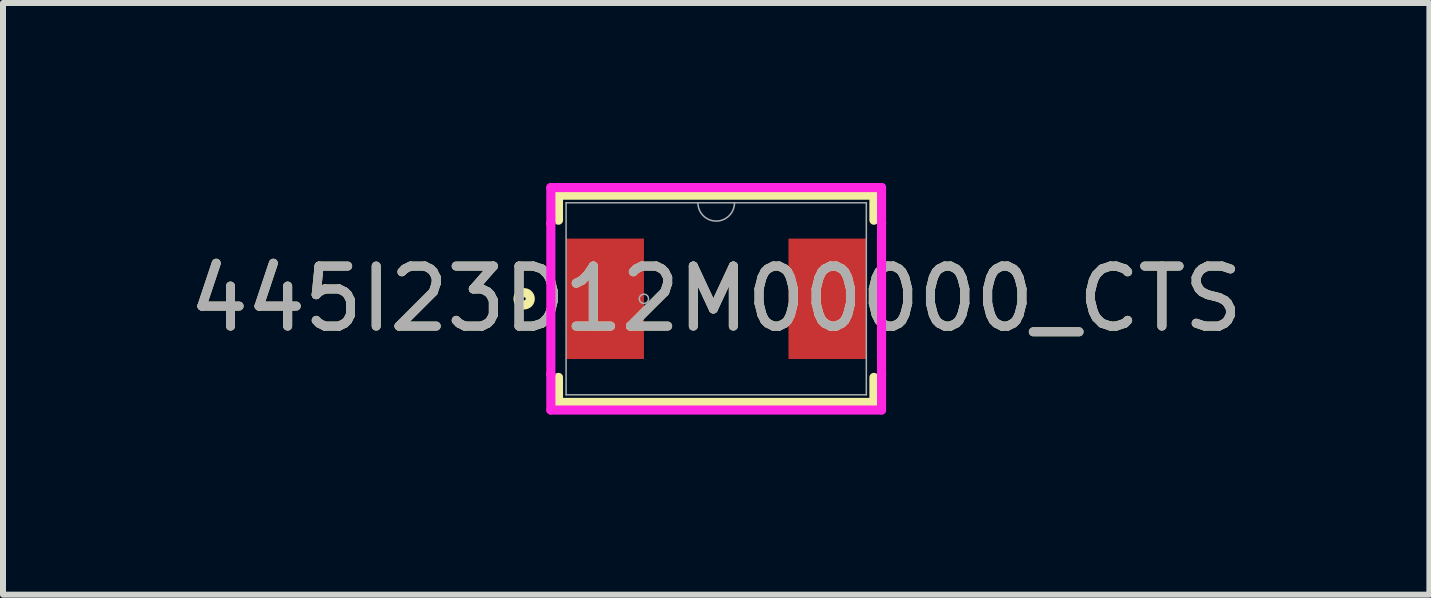
<source format=kicad_pcb>
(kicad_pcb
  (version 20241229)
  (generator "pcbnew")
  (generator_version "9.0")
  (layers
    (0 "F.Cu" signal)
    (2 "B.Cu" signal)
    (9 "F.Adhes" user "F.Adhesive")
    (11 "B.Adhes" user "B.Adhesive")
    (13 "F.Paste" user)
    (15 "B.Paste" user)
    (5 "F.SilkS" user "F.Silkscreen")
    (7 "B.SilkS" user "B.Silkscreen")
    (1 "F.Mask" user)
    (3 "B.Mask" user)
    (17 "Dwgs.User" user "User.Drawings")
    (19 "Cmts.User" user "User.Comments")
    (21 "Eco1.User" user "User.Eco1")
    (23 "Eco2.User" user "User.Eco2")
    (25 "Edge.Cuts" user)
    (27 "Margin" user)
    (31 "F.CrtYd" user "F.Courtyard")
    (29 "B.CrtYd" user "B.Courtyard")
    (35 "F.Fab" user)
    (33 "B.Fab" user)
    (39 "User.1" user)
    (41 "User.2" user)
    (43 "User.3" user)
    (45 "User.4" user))
  (footprint "445I23D12M00000_CTS"
    (layer "F.Cu")
    (at 8.887 1.93)
    (property "Reference" "445I23D12M00000_CTS" (at 0 0 0) (unlocked yes) (layer "F.SilkS") (effects (font (size 1 1) (thickness 0.15))))
    (attr smd)
    (fp_line (start -2.629 -1.727) (end -2.629 -1.31) (stroke (width 0.152) (type solid)) (layer "F.SilkS"))
    (fp_line (start -2.629 1.31) (end -2.629 1.727) (stroke (width 0.152) (type solid)) (layer "F.SilkS"))
    (fp_line (start -2.629 1.727) (end 2.629 1.727) (stroke (width 0.152) (type solid)) (layer "F.SilkS"))
    (fp_line (start 2.629 -1.727) (end -2.629 -1.727) (stroke (width 0.152) (type solid)) (layer "F.SilkS"))
    (fp_line (start 2.629 -1.31) (end 2.629 -1.727) (stroke (width 0.152) (type solid)) (layer "F.SilkS"))
    (fp_line (start 2.629 1.727) (end 2.629 1.31) (stroke (width 0.152) (type solid)) (layer "F.SilkS"))
    (fp_circle (center -3.201 0) (end -3.099 0) (stroke (width 0.152) (type solid)) (fill no) (layer "F.SilkS"))
    (fp_line (start -2.756 -1.854) (end 2.756 -1.854) (stroke (width 0.152) (type solid)) (layer "F.CrtYd"))
    (fp_line (start -2.756 -1.257) (end -2.756 -1.854) (stroke (width 0.152) (type solid)) (layer "F.CrtYd"))
    (fp_line (start -2.756 -1.257) (end -2.756 -1.257) (stroke (width 0.152) (type solid)) (layer "F.CrtYd"))
    (fp_line (start -2.756 1.257) (end -2.756 -1.257) (stroke (width 0.152) (type solid)) (layer "F.CrtYd"))
    (fp_line (start -2.756 1.257) (end -2.756 1.257) (stroke (width 0.152) (type solid)) (layer "F.CrtYd"))
    (fp_line (start -2.756 1.854) (end -2.756 1.257) (stroke (width 0.152) (type solid)) (layer "F.CrtYd"))
    (fp_line (start 2.756 -1.854) (end 2.756 -1.257) (stroke (width 0.152) (type solid)) (layer "F.CrtYd"))
    (fp_line (start 2.756 -1.257) (end 2.756 -1.257) (stroke (width 0.152) (type solid)) (layer "F.CrtYd"))
    (fp_line (start 2.756 -1.257) (end 2.756 1.257) (stroke (width 0.152) (type solid)) (layer "F.CrtYd"))
    (fp_line (start 2.756 1.257) (end 2.756 1.257) (stroke (width 0.152) (type solid)) (layer "F.CrtYd"))
    (fp_line (start 2.756 1.257) (end 2.756 1.854) (stroke (width 0.152) (type solid)) (layer "F.CrtYd"))
    (fp_line (start 2.756 1.854) (end -2.756 1.854) (stroke (width 0.152) (type solid)) (layer "F.CrtYd"))
    (fp_line (start -2.502 -1.6) (end -2.502 1.6) (stroke (width 0.025) (type solid)) (layer "F.Fab"))
    (fp_line (start -2.502 1.6) (end 2.502 1.6) (stroke (width 0.025) (type solid)) (layer "F.Fab"))
    (fp_line (start 2.502 -1.6) (end -2.502 -1.6) (stroke (width 0.025) (type solid)) (layer "F.Fab"))
    (fp_line (start 2.502 1.6) (end 2.502 -1.6) (stroke (width 0.025) (type solid)) (layer "F.Fab"))
    (fp_arc (start 0.3048 -1.6002) (mid 0 -1.2954) (end -0.3048 -1.6002) (stroke (width 0.0254) (type solid)) (layer "F.Fab"))
    (fp_circle (center -1.205 0) (end -1.128 0) (stroke (width 0.025) (type solid)) (fill no) (layer "F.Fab"))
    (fp_text user "${REFERENCE}" (at 0 0 0) (unlocked yes) (layer "F.Fab") (effects (font (size 1 1) (thickness 0.15))))
    (pad "1" smd rect (at -1.852 0) (size 1.295 2.007) (layers "F.Cu" "F.Mask" "F.Paste"))
    (pad "2" smd rect (at 1.852 0) (size 1.295 2.007) (layers "F.Cu" "F.Mask" "F.Paste")))
  (gr_rect
    (start -3 -3)
    (end 20.774 6.861)
    (stroke (width 0.1) (type default))
    (fill no)
    (layer "Edge.Cuts")))
</source>
